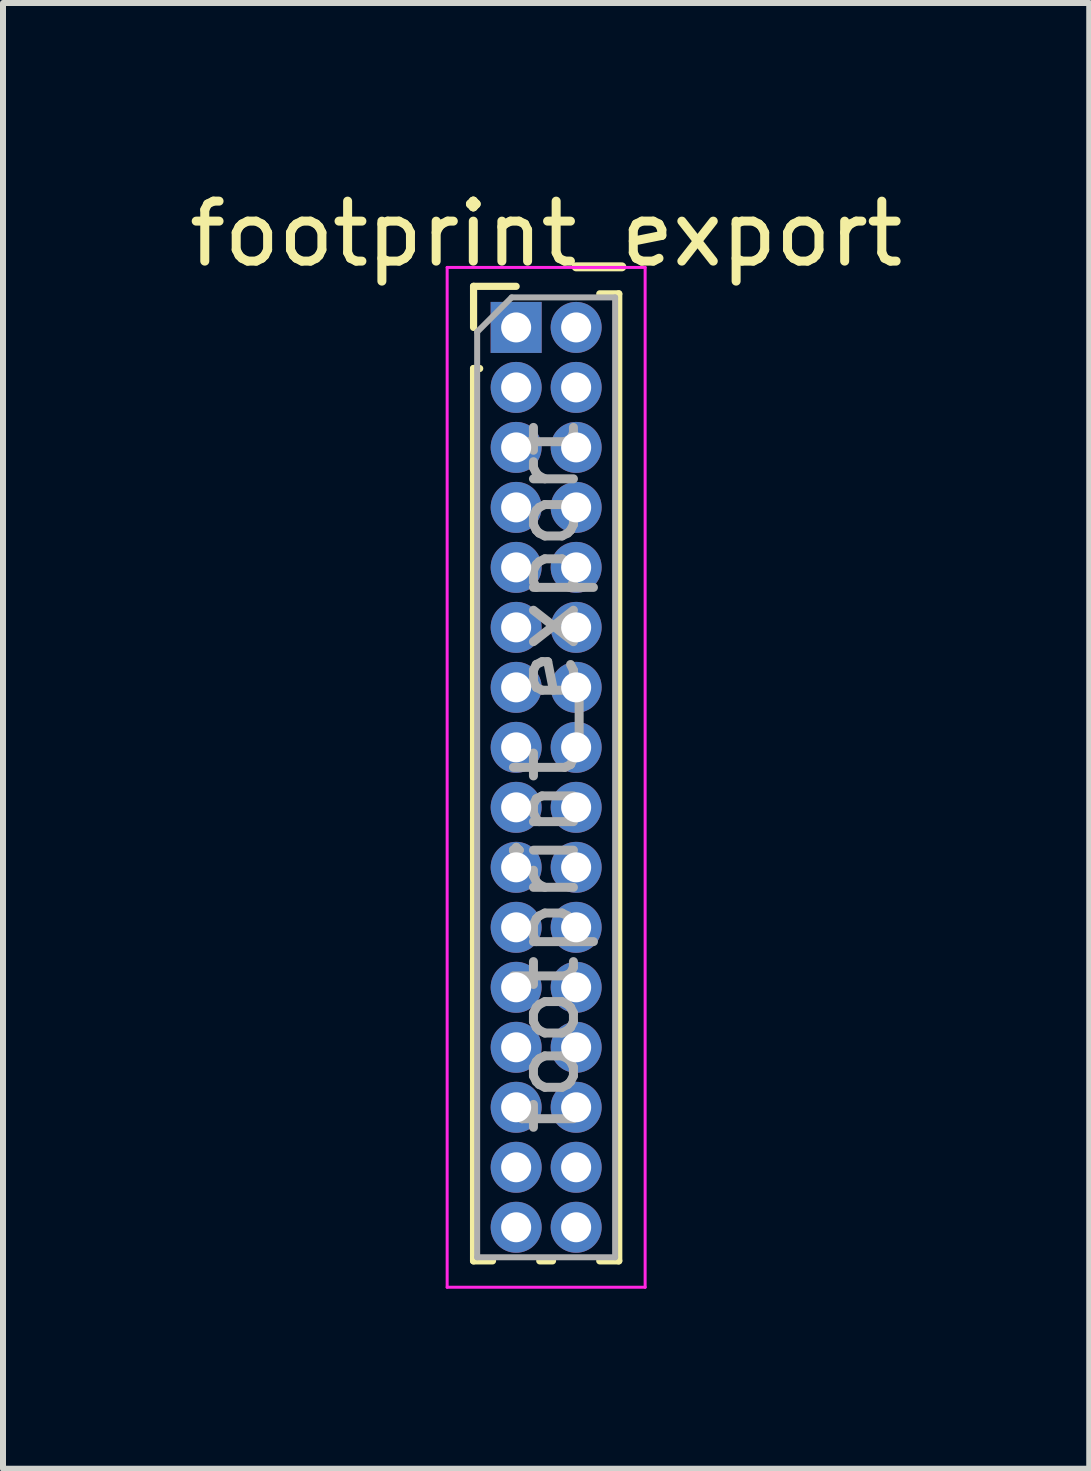
<source format=kicad_pcb>
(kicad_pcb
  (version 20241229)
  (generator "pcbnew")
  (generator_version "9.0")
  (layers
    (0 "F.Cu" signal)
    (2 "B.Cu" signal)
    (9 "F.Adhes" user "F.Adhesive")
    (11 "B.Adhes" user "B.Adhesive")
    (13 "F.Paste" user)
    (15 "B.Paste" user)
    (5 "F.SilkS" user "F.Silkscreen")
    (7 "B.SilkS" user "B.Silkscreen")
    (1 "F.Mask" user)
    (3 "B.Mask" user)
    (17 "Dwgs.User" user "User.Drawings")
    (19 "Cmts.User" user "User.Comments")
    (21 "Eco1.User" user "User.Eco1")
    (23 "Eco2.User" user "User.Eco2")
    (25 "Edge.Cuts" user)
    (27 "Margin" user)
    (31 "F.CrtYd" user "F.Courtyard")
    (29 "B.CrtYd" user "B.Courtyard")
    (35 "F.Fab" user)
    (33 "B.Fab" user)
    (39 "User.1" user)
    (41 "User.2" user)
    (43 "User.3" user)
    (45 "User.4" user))
  (footprint "footprint_export"
    (layer "F.Cu")
    (at 5.554 2.408)
    (property "Reference" "footprint_export" (at 0.5 -1.56 0) (layer "F.SilkS") (effects (font (size 1 1) (thickness 0.15))))
    (attr through_hole)
    (fp_line (start -0.71 -0.685) (end 0 -0.685) (stroke (width 0.12) (type solid)) (layer "F.SilkS"))
    (fp_line (start -0.71 0) (end -0.71 -0.685) (stroke (width 0.12) (type solid)) (layer "F.SilkS"))
    (fp_line (start -0.71 0.685) (end -0.71 15.56) (stroke (width 0.12) (type solid)) (layer "F.SilkS"))
    (fp_line (start -0.71 0.685) (end -0.608 0.685) (stroke (width 0.12) (type solid)) (layer "F.SilkS"))
    (fp_line (start -0.71 15.56) (end -0.394 15.56) (stroke (width 0.12) (type solid)) (layer "F.SilkS"))
    (fp_line (start 0.394 15.56) (end 0.606 15.56) (stroke (width 0.12) (type solid)) (layer "F.SilkS"))
    (fp_line (start 1.394 -0.56) (end 1.71 -0.56) (stroke (width 0.12) (type solid)) (layer "F.SilkS"))
    (fp_line (start 1.394 15.56) (end 1.71 15.56) (stroke (width 0.12) (type solid)) (layer "F.SilkS"))
    (fp_line (start 1.71 -0.56) (end 1.71 15.56) (stroke (width 0.12) (type solid)) (layer "F.SilkS"))
    (fp_line (start -1.15 -1) (end -1.15 16) (stroke (width 0.05) (type solid)) (layer "F.CrtYd"))
    (fp_line (start -1.15 16) (end 2.15 16) (stroke (width 0.05) (type solid)) (layer "F.CrtYd"))
    (fp_line (start 2.15 -1) (end -1.15 -1) (stroke (width 0.05) (type solid)) (layer "F.CrtYd"))
    (fp_line (start 2.15 16) (end 2.15 -1) (stroke (width 0.05) (type solid)) (layer "F.CrtYd"))
    (fp_line (start -0.65 0.075) (end -0.075 -0.5) (stroke (width 0.1) (type solid)) (layer "F.Fab"))
    (fp_line (start -0.65 15.5) (end -0.65 0.075) (stroke (width 0.1) (type solid)) (layer "F.Fab"))
    (fp_line (start -0.075 -0.5) (end 1.65 -0.5) (stroke (width 0.1) (type solid)) (layer "F.Fab"))
    (fp_line (start 1.65 -0.5) (end 1.65 15.5) (stroke (width 0.1) (type solid)) (layer "F.Fab"))
    (fp_line (start 1.65 15.5) (end -0.65 15.5) (stroke (width 0.1) (type solid)) (layer "F.Fab"))
    (fp_text user "${REFERENCE}" (at 0.5 7.5 90) (layer "F.Fab") (effects (font (size 1 1) (thickness 0.15))))
    (pad "1" thru_hole rect (at 0 0) (size 0.85 0.85) (drill 0.5) (layers "*.Cu" "*.Mask"))
    (pad "2" thru_hole oval (at 1 0) (size 0.85 0.85) (drill 0.5) (layers "*.Cu" "*.Mask"))
    (pad "3" thru_hole oval (at 0 1) (size 0.85 0.85) (drill 0.5) (layers "*.Cu" "*.Mask"))
    (pad "4" thru_hole oval (at 1 1) (size 0.85 0.85) (drill 0.5) (layers "*.Cu" "*.Mask"))
    (pad "5" thru_hole oval (at 0 2) (size 0.85 0.85) (drill 0.5) (layers "*.Cu" "*.Mask"))
    (pad "6" thru_hole oval (at 1 2) (size 0.85 0.85) (drill 0.5) (layers "*.Cu" "*.Mask"))
    (pad "7" thru_hole oval (at 0 3) (size 0.85 0.85) (drill 0.5) (layers "*.Cu" "*.Mask"))
    (pad "8" thru_hole oval (at 1 3) (size 0.85 0.85) (drill 0.5) (layers "*.Cu" "*.Mask"))
    (pad "9" thru_hole oval (at 0 4) (size 0.85 0.85) (drill 0.5) (layers "*.Cu" "*.Mask"))
    (pad "10" thru_hole oval (at 1 4) (size 0.85 0.85) (drill 0.5) (layers "*.Cu" "*.Mask"))
    (pad "11" thru_hole oval (at 0 5) (size 0.85 0.85) (drill 0.5) (layers "*.Cu" "*.Mask"))
    (pad "12" thru_hole oval (at 1 5) (size 0.85 0.85) (drill 0.5) (layers "*.Cu" "*.Mask"))
    (pad "13" thru_hole oval (at 0 6) (size 0.85 0.85) (drill 0.5) (layers "*.Cu" "*.Mask"))
    (pad "14" thru_hole oval (at 1 6) (size 0.85 0.85) (drill 0.5) (layers "*.Cu" "*.Mask"))
    (pad "15" thru_hole oval (at 0 7) (size 0.85 0.85) (drill 0.5) (layers "*.Cu" "*.Mask"))
    (pad "16" thru_hole oval (at 1 7) (size 0.85 0.85) (drill 0.5) (layers "*.Cu" "*.Mask"))
    (pad "17" thru_hole oval (at 0 8) (size 0.85 0.85) (drill 0.5) (layers "*.Cu" "*.Mask"))
    (pad "18" thru_hole oval (at 1 8) (size 0.85 0.85) (drill 0.5) (layers "*.Cu" "*.Mask"))
    (pad "19" thru_hole oval (at 0 9) (size 0.85 0.85) (drill 0.5) (layers "*.Cu" "*.Mask"))
    (pad "20" thru_hole oval (at 1 9) (size 0.85 0.85) (drill 0.5) (layers "*.Cu" "*.Mask"))
    (pad "21" thru_hole oval (at 0 10) (size 0.85 0.85) (drill 0.5) (layers "*.Cu" "*.Mask"))
    (pad "22" thru_hole oval (at 1 10) (size 0.85 0.85) (drill 0.5) (layers "*.Cu" "*.Mask"))
    (pad "23" thru_hole oval (at 0 11) (size 0.85 0.85) (drill 0.5) (layers "*.Cu" "*.Mask"))
    (pad "24" thru_hole oval (at 1 11) (size 0.85 0.85) (drill 0.5) (layers "*.Cu" "*.Mask"))
    (pad "25" thru_hole oval (at 0 12) (size 0.85 0.85) (drill 0.5) (layers "*.Cu" "*.Mask"))
    (pad "26" thru_hole oval (at 1 12) (size 0.85 0.85) (drill 0.5) (layers "*.Cu" "*.Mask"))
    (pad "27" thru_hole oval (at 0 13) (size 0.85 0.85) (drill 0.5) (layers "*.Cu" "*.Mask"))
    (pad "28" thru_hole oval (at 1 13) (size 0.85 0.85) (drill 0.5) (layers "*.Cu" "*.Mask"))
    (pad "29" thru_hole oval (at 0 14) (size 0.85 0.85) (drill 0.5) (layers "*.Cu" "*.Mask"))
    (pad "30" thru_hole oval (at 1 14) (size 0.85 0.85) (drill 0.5) (layers "*.Cu" "*.Mask"))
    (pad "31" thru_hole oval (at 0 15) (size 0.85 0.85) (drill 0.5) (layers "*.Cu" "*.Mask"))
    (pad "32" thru_hole oval (at 1 15) (size 0.85 0.85) (drill 0.5) (layers "*.Cu" "*.Mask")))
  (gr_rect
    (start -3 -3)
    (end 15.107 21.433)
    (stroke (width 0.1) (type default))
    (fill no)
    (layer "Edge.Cuts")))
</source>
